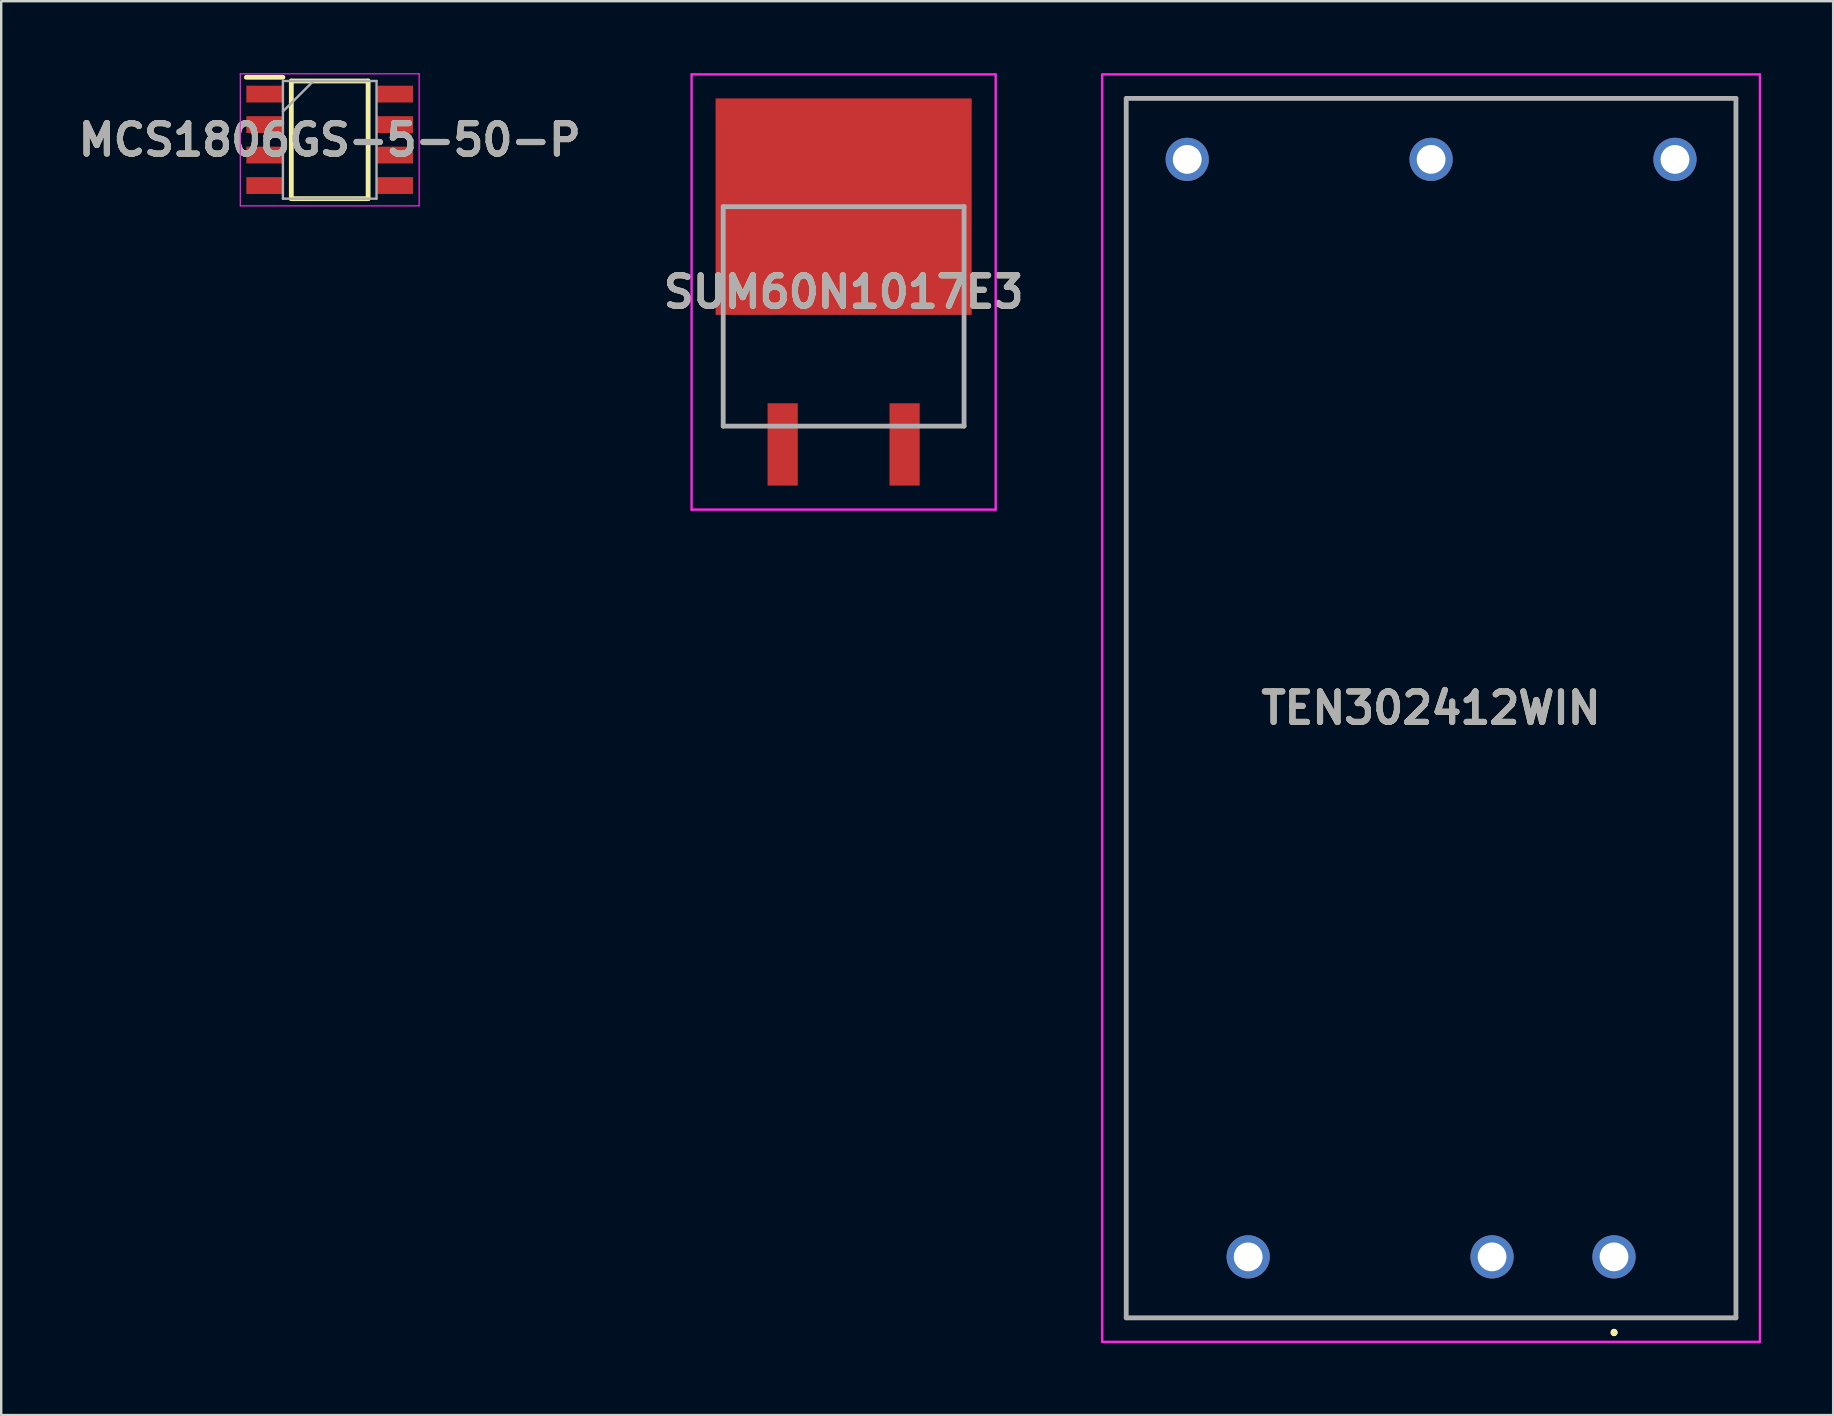
<source format=kicad_pcb>
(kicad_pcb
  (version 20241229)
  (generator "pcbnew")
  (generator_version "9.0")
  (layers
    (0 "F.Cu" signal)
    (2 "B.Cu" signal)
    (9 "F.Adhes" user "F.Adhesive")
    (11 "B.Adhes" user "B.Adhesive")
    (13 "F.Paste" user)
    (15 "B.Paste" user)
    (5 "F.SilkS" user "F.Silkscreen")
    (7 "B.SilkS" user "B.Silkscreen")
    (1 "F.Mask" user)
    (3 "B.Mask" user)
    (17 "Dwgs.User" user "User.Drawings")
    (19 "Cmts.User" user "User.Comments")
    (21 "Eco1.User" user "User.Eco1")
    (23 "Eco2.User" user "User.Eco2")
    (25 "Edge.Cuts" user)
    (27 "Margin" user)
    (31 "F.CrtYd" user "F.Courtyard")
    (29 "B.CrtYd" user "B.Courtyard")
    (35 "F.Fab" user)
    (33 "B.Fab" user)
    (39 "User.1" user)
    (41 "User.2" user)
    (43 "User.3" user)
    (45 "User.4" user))
  (footprint "MCS1806GS-5-50-P"
    (layer "F.Cu")
    (at 10.686 2.775)
    (property "Reference" "MCS1806GS-5-50-P" (at 0 0 0) (layer "F.SilkS") (effects (font (size 1.27 1.27) (thickness 0.254))))
    (attr smd)
    (fp_line (start -3.475 -2.605) (end -1.95 -2.605) (stroke (width 0.2) (type solid)) (layer "F.SilkS"))
    (fp_line (start -1.6 -2.45) (end 1.6 -2.45) (stroke (width 0.2) (type solid)) (layer "F.SilkS"))
    (fp_line (start -1.6 2.45) (end -1.6 -2.45) (stroke (width 0.2) (type solid)) (layer "F.SilkS"))
    (fp_line (start 1.6 -2.45) (end 1.6 2.45) (stroke (width 0.2) (type solid)) (layer "F.SilkS"))
    (fp_line (start 1.6 2.45) (end -1.6 2.45) (stroke (width 0.2) (type solid)) (layer "F.SilkS"))
    (fp_line (start -3.725 -2.75) (end 3.725 -2.75) (stroke (width 0.05) (type solid)) (layer "F.CrtYd"))
    (fp_line (start -3.725 2.75) (end -3.725 -2.75) (stroke (width 0.05) (type solid)) (layer "F.CrtYd"))
    (fp_line (start 3.725 -2.75) (end 3.725 2.75) (stroke (width 0.05) (type solid)) (layer "F.CrtYd"))
    (fp_line (start 3.725 2.75) (end -3.725 2.75) (stroke (width 0.05) (type solid)) (layer "F.CrtYd"))
    (fp_line (start -1.95 -2.45) (end 1.95 -2.45) (stroke (width 0.1) (type solid)) (layer "F.Fab"))
    (fp_line (start -1.95 -1.18) (end -0.68 -2.45) (stroke (width 0.1) (type solid)) (layer "F.Fab"))
    (fp_line (start -1.95 2.45) (end -1.95 -2.45) (stroke (width 0.1) (type solid)) (layer "F.Fab"))
    (fp_line (start 1.95 -2.45) (end 1.95 2.45) (stroke (width 0.1) (type solid)) (layer "F.Fab"))
    (fp_line (start 1.95 2.45) (end -1.95 2.45) (stroke (width 0.1) (type solid)) (layer "F.Fab"))
    (fp_text user "${REFERENCE}" (at 0 0 0) (layer "F.Fab") (effects (font (size 1.27 1.27) (thickness 0.254))))
    (pad "1" smd rect (at -2.712 -1.905 90) (size 0.7 1.525) (layers "F.Cu" "F.Mask" "F.Paste"))
    (pad "2" smd rect (at -2.712 -0.635 90) (size 0.7 1.525) (layers "F.Cu" "F.Mask" "F.Paste"))
    (pad "3" smd rect (at -2.712 0.635 90) (size 0.7 1.525) (layers "F.Cu" "F.Mask" "F.Paste"))
    (pad "4" smd rect (at -2.712 1.905 90) (size 0.7 1.525) (layers "F.Cu" "F.Mask" "F.Paste"))
    (pad "5" smd rect (at 2.712 1.905 90) (size 0.7 1.525) (layers "F.Cu" "F.Mask" "F.Paste"))
    (pad "6" smd rect (at 2.712 0.635 90) (size 0.7 1.525) (layers "F.Cu" "F.Mask" "F.Paste"))
    (pad "7" smd rect (at 2.712 -0.635 90) (size 0.7 1.525) (layers "F.Cu" "F.Mask" "F.Paste"))
    (pad "8" smd rect (at 2.712 -1.905 90) (size 0.7 1.525) (layers "F.Cu" "F.Mask" "F.Paste")))
  (footprint "TEN302412WIN"
    (layer "F.Cu")
    (at 64.188 49.31)
    (property "Reference" "TEN302412WIN" (at -7.62 -22.86 0) (layer "F.SilkS") (effects (font (size 1.27 1.27) (thickness 0.254))))
    (attr through_hole)
    (fp_line (start -20.32 -48.26) (end -20.32 2.54) (stroke (width 0.1) (type solid)) (layer "F.SilkS"))
    (fp_line (start -20.32 2.54) (end 5.08 2.54) (stroke (width 0.1) (type solid)) (layer "F.SilkS"))
    (fp_line (start 0 3.1) (end 0 3.1) (stroke (width 0.2) (type solid)) (layer "F.SilkS"))
    (fp_line (start 0 3.2) (end 0 3.2) (stroke (width 0.2) (type solid)) (layer "F.SilkS"))
    (fp_line (start 0 3.2) (end 0 3.2) (stroke (width 0.2) (type solid)) (layer "F.SilkS"))
    (fp_line (start 5.08 -48.26) (end -20.32 -48.26) (stroke (width 0.1) (type solid)) (layer "F.SilkS"))
    (fp_line (start 5.08 2.54) (end 5.08 -48.26) (stroke (width 0.1) (type solid)) (layer "F.SilkS"))
    (fp_arc (start 0 3.1) (mid 0.05 3.15) (end 0 3.2) (stroke (width 0.2) (type solid)) (layer "F.SilkS"))
    (fp_arc (start 0 3.1) (mid 0.05 3.15) (end 0 3.2) (stroke (width 0.2) (type solid)) (layer "F.SilkS"))
    (fp_arc (start 0 3.2) (mid -0.05 3.15) (end 0 3.1) (stroke (width 0.2) (type solid)) (layer "F.SilkS"))
    (fp_line (start -21.32 -49.26) (end -21.32 3.54) (stroke (width 0.1) (type solid)) (layer "F.CrtYd"))
    (fp_line (start -21.32 3.54) (end 6.08 3.54) (stroke (width 0.1) (type solid)) (layer "F.CrtYd"))
    (fp_line (start 6.08 -49.26) (end -21.32 -49.26) (stroke (width 0.1) (type solid)) (layer "F.CrtYd"))
    (fp_line (start 6.08 3.54) (end 6.08 -49.26) (stroke (width 0.1) (type solid)) (layer "F.CrtYd"))
    (fp_line (start -20.32 -48.26) (end 5.08 -48.26) (stroke (width 0.2) (type solid)) (layer "F.Fab"))
    (fp_line (start -20.32 2.54) (end -20.32 -48.26) (stroke (width 0.2) (type solid)) (layer "F.Fab"))
    (fp_line (start 5.08 -48.26) (end 5.08 2.54) (stroke (width 0.2) (type solid)) (layer "F.Fab"))
    (fp_line (start 5.08 2.54) (end -20.32 2.54) (stroke (width 0.2) (type solid)) (layer "F.Fab"))
    (fp_text user "${REFERENCE}" (at -7.62 -22.86 0) (layer "F.Fab") (effects (font (size 1.27 1.27) (thickness 0.254))))
    (pad "1" thru_hole circle (at 0 0) (size 1.8 1.8) (drill 1.2) (layers "*.Cu" "*.Mask"))
    (pad "2" thru_hole circle (at -5.08 0) (size 1.8 1.8) (drill 1.2) (layers "*.Cu" "*.Mask"))
    (pad "3" thru_hole circle (at -15.24 0) (size 1.8 1.8) (drill 1.2) (layers "*.Cu" "*.Mask"))
    (pad "4" thru_hole circle (at 2.54 -45.72) (size 1.8 1.8) (drill 1.2) (layers "*.Cu" "*.Mask"))
    (pad "5" thru_hole circle (at -7.62 -45.72) (size 1.8 1.8) (drill 1.2) (layers "*.Cu" "*.Mask"))
    (pad "6" thru_hole circle (at -17.78 -45.72) (size 1.8 1.8) (drill 1.2) (layers "*.Cu" "*.Mask")))
  (footprint "SUM60N1017E3"
    (layer "F.Cu")
    (at 32.095 10.512)
    (property "Reference" "SUM60N1017E3" (at 0 -1.397 0) (layer "F.SilkS") (effects (font (size 1.27 1.27) (thickness 0.254))))
    (attr smd)
    (fp_line (start -5.017 4.191) (end -5.017 -0.153) (stroke (width 0.1) (type solid)) (layer "F.SilkS"))
    (fp_line (start -3.4 4.191) (end -5.017 4.191) (stroke (width 0.1) (type solid)) (layer "F.SilkS"))
    (fp_line (start 1.6 4.191) (end -1.6 4.191) (stroke (width 0.1) (type solid)) (layer "F.SilkS"))
    (fp_line (start 5.017 -0.153) (end 5.017 4.191) (stroke (width 0.1) (type solid)) (layer "F.SilkS"))
    (fp_line (start 5.017 4.191) (end 3.4 4.191) (stroke (width 0.1) (type solid)) (layer "F.SilkS"))
    (fp_line (start -6.334 -10.462) (end 6.334 -10.462) (stroke (width 0.1) (type solid)) (layer "F.CrtYd"))
    (fp_line (start -6.334 7.668) (end -6.334 -10.462) (stroke (width 0.1) (type solid)) (layer "F.CrtYd"))
    (fp_line (start 6.334 -10.462) (end 6.334 7.668) (stroke (width 0.1) (type solid)) (layer "F.CrtYd"))
    (fp_line (start 6.334 7.668) (end -6.334 7.668) (stroke (width 0.1) (type solid)) (layer "F.CrtYd"))
    (fp_line (start -5.017 -4.953) (end 5.017 -4.953) (stroke (width 0.2) (type solid)) (layer "F.Fab"))
    (fp_line (start -5.017 4.191) (end -5.017 -4.953) (stroke (width 0.2) (type solid)) (layer "F.Fab"))
    (fp_line (start 5.017 -4.953) (end 5.017 4.191) (stroke (width 0.2) (type solid)) (layer "F.Fab"))
    (fp_line (start 5.017 4.191) (end -5.017 4.191) (stroke (width 0.2) (type solid)) (layer "F.Fab"))
    (fp_text user "${REFERENCE}" (at 0 -1.397 0) (layer "F.Fab") (effects (font (size 1.27 1.27) (thickness 0.254))))
    (pad "1" smd rect (at -2.54 4.953) (size 1.257 3.429) (layers "F.Cu" "F.Mask" "F.Paste"))
    (pad "2" smd rect (at 0 -4.953 90) (size 9.017 10.668) (layers "F.Cu" "F.Mask" "F.Paste"))
    (pad "3" smd rect (at 2.54 4.953) (size 1.257 3.429) (layers "F.Cu" "F.Mask" "F.Paste")))
  (gr_rect
    (start -3 -3)
    (end 73.318 55.9)
    (stroke (width 0.1) (type default))
    (fill no)
    (layer "Edge.Cuts")))
</source>
